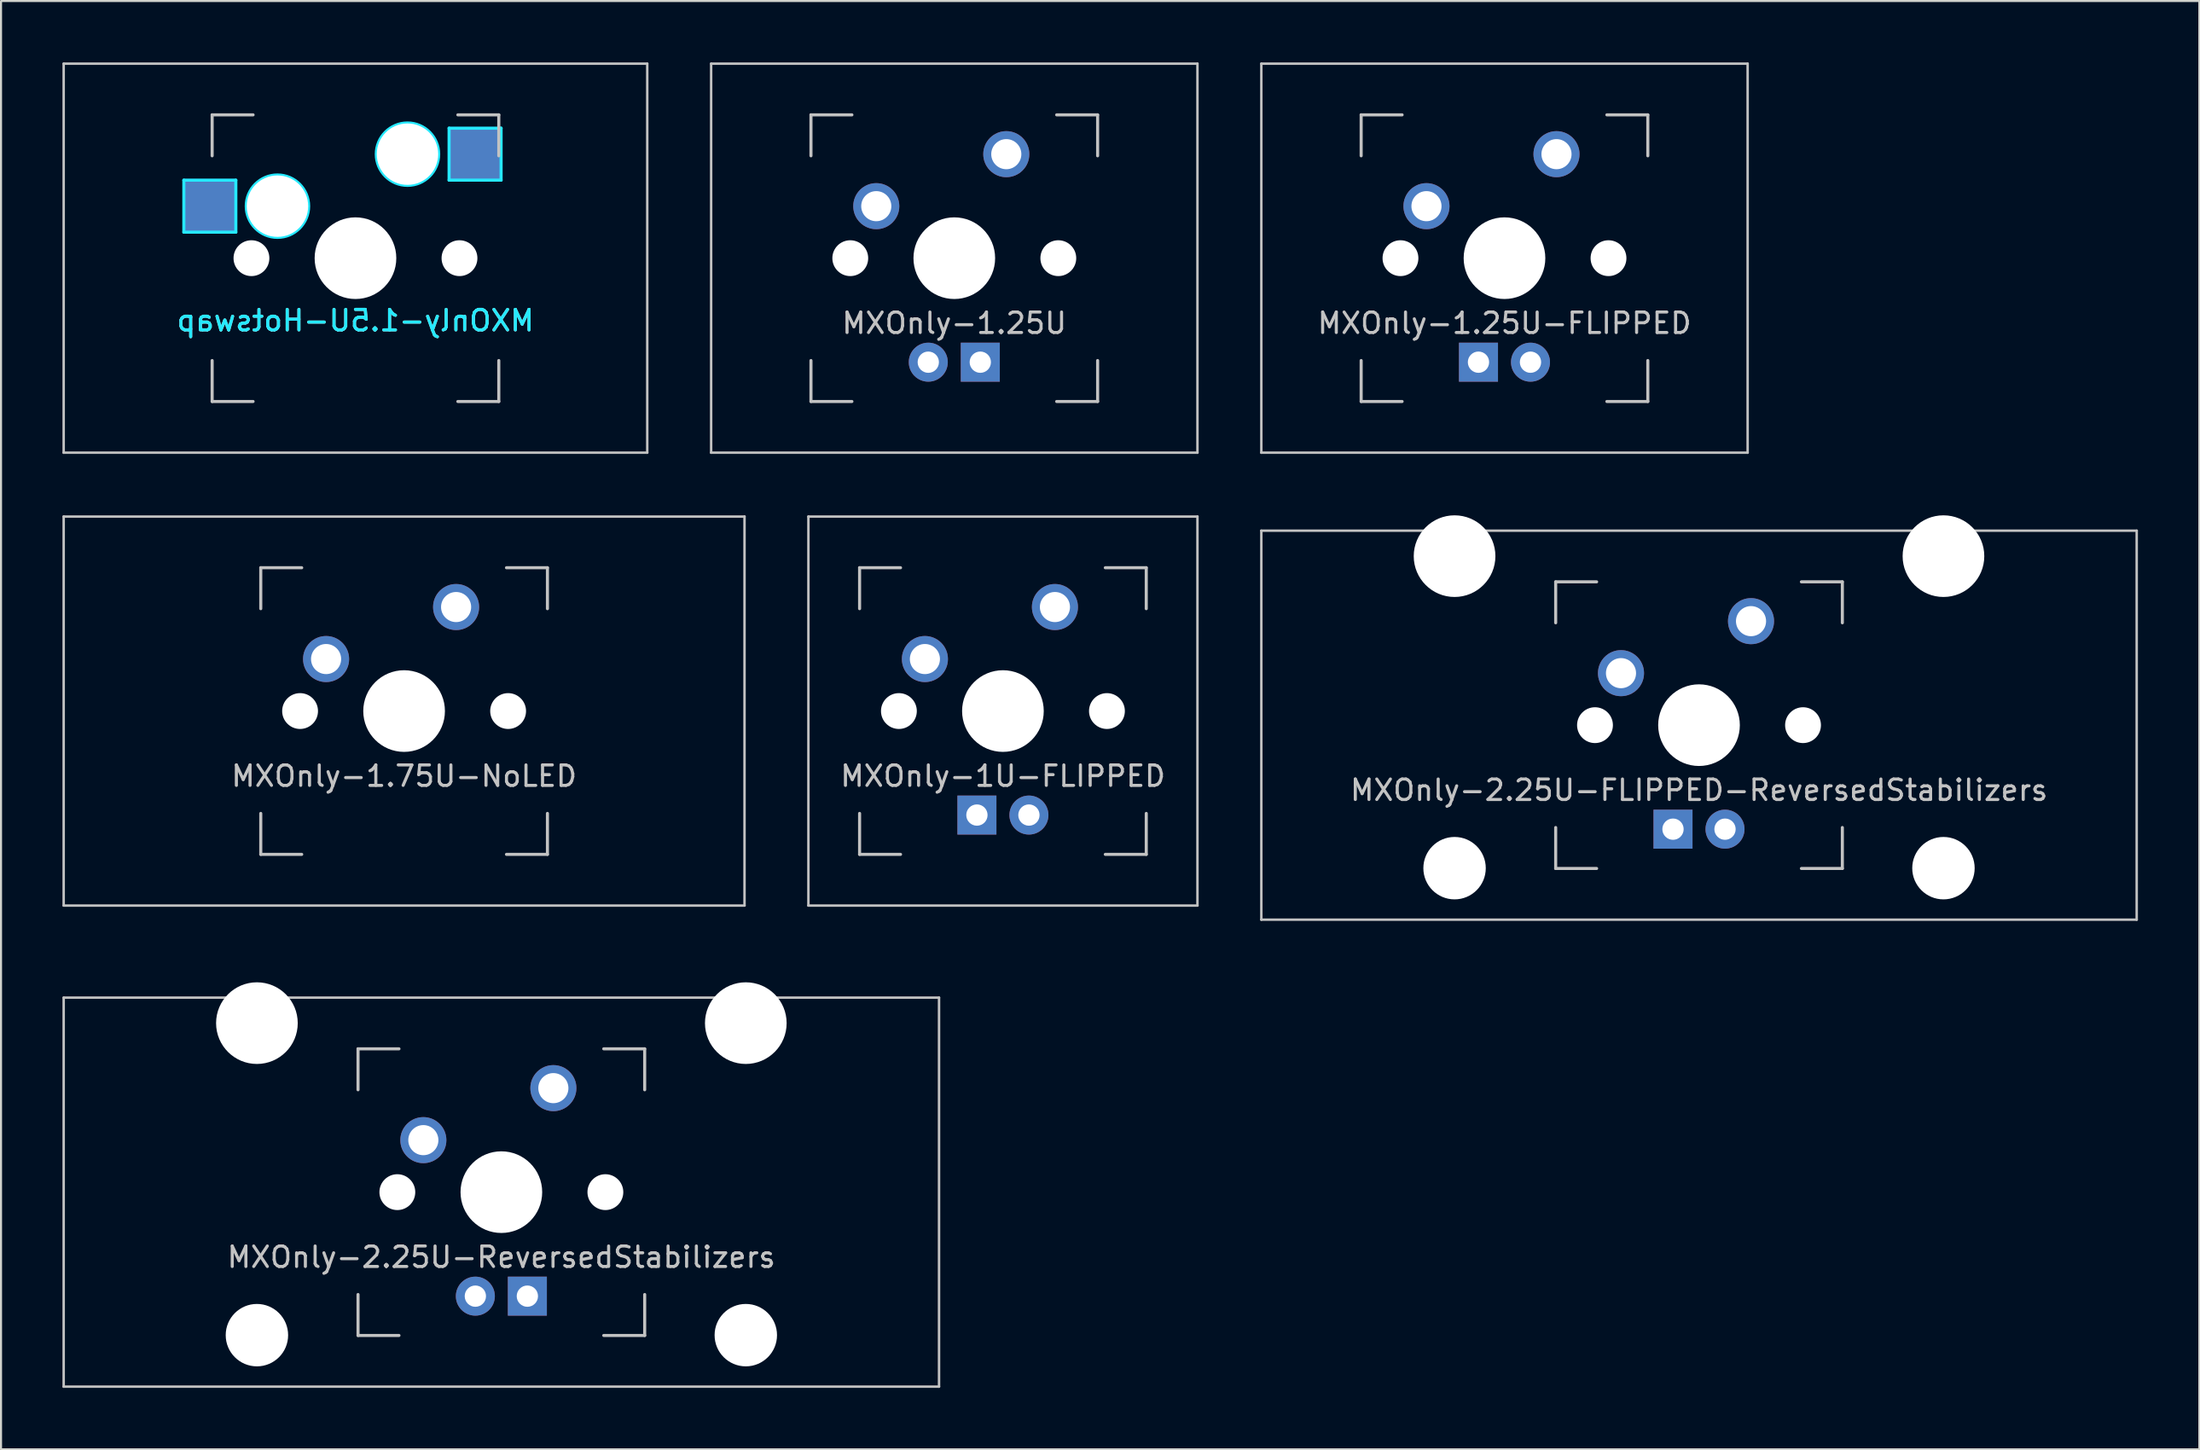
<source format=kicad_pcb>
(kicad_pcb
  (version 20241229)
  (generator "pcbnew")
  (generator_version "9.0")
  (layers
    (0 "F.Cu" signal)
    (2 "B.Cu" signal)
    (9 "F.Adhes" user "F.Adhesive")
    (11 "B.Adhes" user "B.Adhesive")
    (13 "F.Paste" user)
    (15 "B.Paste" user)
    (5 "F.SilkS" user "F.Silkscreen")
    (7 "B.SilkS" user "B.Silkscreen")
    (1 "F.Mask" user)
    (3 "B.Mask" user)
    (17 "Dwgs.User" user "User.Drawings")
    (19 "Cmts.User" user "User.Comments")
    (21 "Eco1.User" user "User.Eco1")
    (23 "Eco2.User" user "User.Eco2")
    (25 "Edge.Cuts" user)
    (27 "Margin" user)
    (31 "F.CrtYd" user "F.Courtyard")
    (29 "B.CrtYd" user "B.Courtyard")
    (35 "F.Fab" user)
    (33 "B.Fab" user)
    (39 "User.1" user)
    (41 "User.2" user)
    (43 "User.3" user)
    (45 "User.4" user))
  (footprint "MXOnly-1U-FLIPPED"
    (layer "F.Cu")
    (at 45.93 31.68)
    (property "Reference" "MXOnly-1U-FLIPPED" (at 0 3.175 0) (layer "Dwgs.User") (effects (font (size 1 1) (thickness 0.15))))
    (attr through_hole)
    (fp_line (start -9.5 -9.5) (end -9.5 9.5) (stroke (width 0.12) (type solid)) (layer "Dwgs.User"))
    (fp_line (start -9.5 9.5) (end 9.5 9.5) (stroke (width 0.12) (type solid)) (layer "Dwgs.User"))
    (fp_line (start -7 -7) (end -7 -5) (stroke (width 0.15) (type solid)) (layer "Dwgs.User"))
    (fp_line (start -7 5) (end -7 7) (stroke (width 0.15) (type solid)) (layer "Dwgs.User"))
    (fp_line (start -7 7) (end -5 7) (stroke (width 0.15) (type solid)) (layer "Dwgs.User"))
    (fp_line (start -5 -7) (end -7 -7) (stroke (width 0.15) (type solid)) (layer "Dwgs.User"))
    (fp_line (start 5 -7) (end 7 -7) (stroke (width 0.15) (type solid)) (layer "Dwgs.User"))
    (fp_line (start 5 7) (end 7 7) (stroke (width 0.15) (type solid)) (layer "Dwgs.User"))
    (fp_line (start 7 -7) (end 7 -5) (stroke (width 0.15) (type solid)) (layer "Dwgs.User"))
    (fp_line (start 7 7) (end 7 5) (stroke (width 0.15) (type solid)) (layer "Dwgs.User"))
    (fp_line (start 9.5 -9.5) (end -9.5 -9.5) (stroke (width 0.12) (type solid)) (layer "Dwgs.User"))
    (fp_line (start 9.5 9.5) (end 9.5 -9.5) (stroke (width 0.12) (type solid)) (layer "Dwgs.User"))
    (pad "" np_thru_hole circle (at -5.08 0 48.1) (size 1.75 1.75) (drill 1.75) (layers "*.Cu" "*.Mask"))
    (pad "" np_thru_hole circle (at 0 0) (size 3.988 3.988) (drill 3.988) (layers "*.Cu" "*.Mask"))
    (pad "" np_thru_hole circle (at 5.08 0 48.1) (size 1.75 1.75) (drill 1.75) (layers "*.Cu" "*.Mask"))
    (pad "1" thru_hole circle (at -3.81 -2.54) (size 2.25 2.25) (drill 1.47) (layers "*.Cu" "B.Mask"))
    (pad "2" thru_hole circle (at 2.54 -5.08) (size 2.25 2.25) (drill 1.47) (layers "*.Cu" "B.Mask"))
    (pad "3" thru_hole circle (at 1.27 5.08) (size 1.905 1.905) (drill 1.04) (layers "*.Cu" "B.Mask"))
    (pad "4" thru_hole rect (at -1.27 5.08) (size 1.905 1.905) (drill 1.04) (layers "*.Cu" "B.Mask")))
  (footprint "MXOnly-1.25U-FLIPPED"
    (layer "F.Cu")
    (at 70.425 9.56)
    (property "Reference" "MXOnly-1.25U-FLIPPED" (at 0 3.175 0) (layer "Dwgs.User") (effects (font (size 1 1) (thickness 0.15))))
    (attr through_hole)
    (fp_line (start -11.875 -9.5) (end -11.875 9.5) (stroke (width 0.12) (type solid)) (layer "Dwgs.User"))
    (fp_line (start -11.875 9.5) (end 11.875 9.5) (stroke (width 0.12) (type solid)) (layer "Dwgs.User"))
    (fp_line (start -7 -7) (end -7 -5) (stroke (width 0.15) (type solid)) (layer "Dwgs.User"))
    (fp_line (start -7 5) (end -7 7) (stroke (width 0.15) (type solid)) (layer "Dwgs.User"))
    (fp_line (start -7 7) (end -5 7) (stroke (width 0.15) (type solid)) (layer "Dwgs.User"))
    (fp_line (start -5 -7) (end -7 -7) (stroke (width 0.15) (type solid)) (layer "Dwgs.User"))
    (fp_line (start 5 -7) (end 7 -7) (stroke (width 0.15) (type solid)) (layer "Dwgs.User"))
    (fp_line (start 5 7) (end 7 7) (stroke (width 0.15) (type solid)) (layer "Dwgs.User"))
    (fp_line (start 7 -7) (end 7 -5) (stroke (width 0.15) (type solid)) (layer "Dwgs.User"))
    (fp_line (start 7 7) (end 7 5) (stroke (width 0.15) (type solid)) (layer "Dwgs.User"))
    (fp_line (start 11.875 -9.5) (end -11.875 -9.5) (stroke (width 0.12) (type solid)) (layer "Dwgs.User"))
    (fp_line (start 11.875 9.5) (end 11.875 -9.5) (stroke (width 0.12) (type solid)) (layer "Dwgs.User"))
    (pad "" np_thru_hole circle (at -5.08 0 48.1) (size 1.75 1.75) (drill 1.75) (layers "*.Cu" "*.Mask"))
    (pad "" np_thru_hole circle (at 0 0) (size 3.988 3.988) (drill 3.988) (layers "*.Cu" "*.Mask"))
    (pad "" np_thru_hole circle (at 5.08 0 48.1) (size 1.75 1.75) (drill 1.75) (layers "*.Cu" "*.Mask"))
    (pad "1" thru_hole circle (at -3.81 -2.54) (size 2.25 2.25) (drill 1.47) (layers "*.Cu" "B.Mask"))
    (pad "2" thru_hole circle (at 2.54 -5.08) (size 2.25 2.25) (drill 1.47) (layers "*.Cu" "B.Mask"))
    (pad "3" thru_hole circle (at 1.27 5.08) (size 1.905 1.905) (drill 1.04) (layers "*.Cu" "B.Mask"))
    (pad "4" thru_hole rect (at -1.27 5.08) (size 1.905 1.905) (drill 1.04) (layers "*.Cu" "B.Mask")))
  (footprint "MXOnly-2.25U-FLIPPED-ReversedStabilizers"
    (layer "F.Cu")
    (at 79.925 32.369)
    (property "Reference" "MXOnly-2.25U-FLIPPED-ReversedStabilizers" (at 0 3.175 0) (layer "Dwgs.User") (effects (font (size 1 1) (thickness 0.15))))
    (attr through_hole)
    (fp_line (start -21.375 -9.5) (end -21.375 9.5) (stroke (width 0.12) (type solid)) (layer "Dwgs.User"))
    (fp_line (start -21.375 9.5) (end 21.375 9.5) (stroke (width 0.12) (type solid)) (layer "Dwgs.User"))
    (fp_line (start -7 -7) (end -7 -5) (stroke (width 0.15) (type solid)) (layer "Dwgs.User"))
    (fp_line (start -7 5) (end -7 7) (stroke (width 0.15) (type solid)) (layer "Dwgs.User"))
    (fp_line (start -7 7) (end -5 7) (stroke (width 0.15) (type solid)) (layer "Dwgs.User"))
    (fp_line (start -5 -7) (end -7 -7) (stroke (width 0.15) (type solid)) (layer "Dwgs.User"))
    (fp_line (start 5 -7) (end 7 -7) (stroke (width 0.15) (type solid)) (layer "Dwgs.User"))
    (fp_line (start 5 7) (end 7 7) (stroke (width 0.15) (type solid)) (layer "Dwgs.User"))
    (fp_line (start 7 -7) (end 7 -5) (stroke (width 0.15) (type solid)) (layer "Dwgs.User"))
    (fp_line (start 7 7) (end 7 5) (stroke (width 0.15) (type solid)) (layer "Dwgs.User"))
    (fp_line (start 21.375 -9.5) (end -21.375 -9.5) (stroke (width 0.12) (type solid)) (layer "Dwgs.User"))
    (fp_line (start 21.375 9.5) (end 21.375 -9.5) (stroke (width 0.12) (type solid)) (layer "Dwgs.User"))
    (pad "" np_thru_hole circle (at -11.938 -8.255) (size 3.988 3.988) (drill 3.988) (layers "*.Cu" "*.Mask"))
    (pad "" np_thru_hole circle (at -11.938 6.985) (size 3.048 3.048) (drill 3.048) (layers "*.Cu" "*.Mask"))
    (pad "" np_thru_hole circle (at -5.08 0 48.1) (size 1.75 1.75) (drill 1.75) (layers "*.Cu" "*.Mask"))
    (pad "" np_thru_hole circle (at 0 0) (size 3.988 3.988) (drill 3.988) (layers "*.Cu" "*.Mask"))
    (pad "" np_thru_hole circle (at 5.08 0 48.1) (size 1.75 1.75) (drill 1.75) (layers "*.Cu" "*.Mask"))
    (pad "" np_thru_hole circle (at 11.938 -8.255) (size 3.988 3.988) (drill 3.988) (layers "*.Cu" "*.Mask"))
    (pad "" np_thru_hole circle (at 11.938 6.985) (size 3.048 3.048) (drill 3.048) (layers "*.Cu" "*.Mask"))
    (pad "1" thru_hole circle (at -3.81 -2.54) (size 2.25 2.25) (drill 1.47) (layers "*.Cu" "B.Mask"))
    (pad "2" thru_hole circle (at 2.54 -5.08) (size 2.25 2.25) (drill 1.47) (layers "*.Cu" "B.Mask"))
    (pad "3" thru_hole circle (at 1.27 5.08) (size 1.905 1.905) (drill 1.04) (layers "*.Cu" "B.Mask"))
    (pad "4" thru_hole rect (at -1.27 5.08) (size 1.905 1.905) (drill 1.04) (layers "*.Cu" "B.Mask")))
  (footprint "MXOnly-2.25U-ReversedStabilizers"
    (layer "F.Cu")
    (at 21.435 55.178)
    (property "Reference" "MXOnly-2.25U-ReversedStabilizers" (at 0 3.175 0) (layer "Dwgs.User") (effects (font (size 1 1) (thickness 0.15))))
    (attr through_hole)
    (fp_line (start -21.375 -9.5) (end -21.375 9.5) (stroke (width 0.12) (type solid)) (layer "Dwgs.User"))
    (fp_line (start -21.375 9.5) (end 21.375 9.5) (stroke (width 0.12) (type solid)) (layer "Dwgs.User"))
    (fp_line (start -7 -7) (end -7 -5) (stroke (width 0.15) (type solid)) (layer "Dwgs.User"))
    (fp_line (start -7 5) (end -7 7) (stroke (width 0.15) (type solid)) (layer "Dwgs.User"))
    (fp_line (start -7 7) (end -5 7) (stroke (width 0.15) (type solid)) (layer "Dwgs.User"))
    (fp_line (start -5 -7) (end -7 -7) (stroke (width 0.15) (type solid)) (layer "Dwgs.User"))
    (fp_line (start 5 -7) (end 7 -7) (stroke (width 0.15) (type solid)) (layer "Dwgs.User"))
    (fp_line (start 5 7) (end 7 7) (stroke (width 0.15) (type solid)) (layer "Dwgs.User"))
    (fp_line (start 7 -7) (end 7 -5) (stroke (width 0.15) (type solid)) (layer "Dwgs.User"))
    (fp_line (start 7 7) (end 7 5) (stroke (width 0.15) (type solid)) (layer "Dwgs.User"))
    (fp_line (start 21.375 -9.5) (end -21.375 -9.5) (stroke (width 0.12) (type solid)) (layer "Dwgs.User"))
    (fp_line (start 21.375 9.5) (end 21.375 -9.5) (stroke (width 0.12) (type solid)) (layer "Dwgs.User"))
    (pad "" np_thru_hole circle (at -11.938 -8.255) (size 3.988 3.988) (drill 3.988) (layers "*.Cu" "*.Mask"))
    (pad "" np_thru_hole circle (at -11.938 6.985) (size 3.048 3.048) (drill 3.048) (layers "*.Cu" "*.Mask"))
    (pad "" np_thru_hole circle (at -5.08 0 48.1) (size 1.75 1.75) (drill 1.75) (layers "*.Cu" "*.Mask"))
    (pad "" np_thru_hole circle (at 0 0) (size 3.988 3.988) (drill 3.988) (layers "*.Cu" "*.Mask"))
    (pad "" np_thru_hole circle (at 5.08 0 48.1) (size 1.75 1.75) (drill 1.75) (layers "*.Cu" "*.Mask"))
    (pad "" np_thru_hole circle (at 11.938 -8.255) (size 3.988 3.988) (drill 3.988) (layers "*.Cu" "*.Mask"))
    (pad "" np_thru_hole circle (at 11.938 6.985) (size 3.048 3.048) (drill 3.048) (layers "*.Cu" "*.Mask"))
    (pad "1" thru_hole circle (at -3.81 -2.54) (size 2.25 2.25) (drill 1.47) (layers "*.Cu" "B.Mask"))
    (pad "2" thru_hole circle (at 2.54 -5.08) (size 2.25 2.25) (drill 1.47) (layers "*.Cu" "B.Mask"))
    (pad "3" thru_hole circle (at -1.27 5.08) (size 1.905 1.905) (drill 1.04) (layers "*.Cu" "B.Mask"))
    (pad "4" thru_hole rect (at 1.27 5.08) (size 1.905 1.905) (drill 1.04) (layers "*.Cu" "B.Mask")))
  (footprint "MXOnly-1.5U-Hotswap"
    (layer "F.Cu")
    (at 14.31 9.56)
    (property "Reference" "MXOnly-1.5U-Hotswap" (at 0 3.048 0) (layer "B.CrtYd") (effects (font (size 1 1) (thickness 0.15)) (justify mirror)))
    (attr smd)
    (fp_line (start -14.25 -9.5) (end -14.25 9.5) (stroke (width 0.12) (type solid)) (layer "Dwgs.User"))
    (fp_line (start -14.25 9.5) (end 14.25 9.5) (stroke (width 0.12) (type solid)) (layer "Dwgs.User"))
    (fp_line (start -7 -7) (end -7 -5) (stroke (width 0.15) (type solid)) (layer "Dwgs.User"))
    (fp_line (start -7 5) (end -7 7) (stroke (width 0.15) (type solid)) (layer "Dwgs.User"))
    (fp_line (start -7 7) (end -5 7) (stroke (width 0.15) (type solid)) (layer "Dwgs.User"))
    (fp_line (start -5 -7) (end -7 -7) (stroke (width 0.15) (type solid)) (layer "Dwgs.User"))
    (fp_line (start 5 -7) (end 7 -7) (stroke (width 0.15) (type solid)) (layer "Dwgs.User"))
    (fp_line (start 5 7) (end 7 7) (stroke (width 0.15) (type solid)) (layer "Dwgs.User"))
    (fp_line (start 7 -7) (end 7 -5) (stroke (width 0.15) (type solid)) (layer "Dwgs.User"))
    (fp_line (start 7 7) (end 7 5) (stroke (width 0.15) (type solid)) (layer "Dwgs.User"))
    (fp_line (start 14.25 -9.5) (end -14.25 -9.5) (stroke (width 0.12) (type solid)) (layer "Dwgs.User"))
    (fp_line (start 14.25 9.5) (end 14.25 -9.5) (stroke (width 0.12) (type solid)) (layer "Dwgs.User"))
    (fp_line (start -8.382 -3.81) (end -5.842 -3.81) (stroke (width 0.15) (type solid)) (layer "B.CrtYd"))
    (fp_line (start -8.382 -1.27) (end -8.382 -3.81) (stroke (width 0.15) (type solid)) (layer "B.CrtYd"))
    (fp_line (start -5.842 -3.81) (end -5.842 -1.27) (stroke (width 0.15) (type solid)) (layer "B.CrtYd"))
    (fp_line (start -5.842 -1.27) (end -8.382 -1.27) (stroke (width 0.15) (type solid)) (layer "B.CrtYd"))
    (fp_line (start 4.572 -6.35) (end 7.112 -6.35) (stroke (width 0.15) (type solid)) (layer "B.CrtYd"))
    (fp_line (start 4.572 -3.81) (end 4.572 -6.35) (stroke (width 0.15) (type solid)) (layer "B.CrtYd"))
    (fp_line (start 7.112 -6.35) (end 7.112 -3.81) (stroke (width 0.15) (type solid)) (layer "B.CrtYd"))
    (fp_line (start 7.112 -3.81) (end 4.572 -3.81) (stroke (width 0.15) (type solid)) (layer "B.CrtYd"))
    (fp_circle (center -3.81 -2.54) (end -3.81 -4.064) (stroke (width 0.15) (type solid)) (fill no) (layer "B.CrtYd"))
    (fp_circle (center 2.54 -5.08) (end 2.54 -6.604) (stroke (width 0.15) (type solid)) (fill no) (layer "B.CrtYd"))
    (fp_text user "${REFERENCE}" (at 0 3.048 0) (layer "B.SilkS") (effects (font (size 1 1) (thickness 0.15)) (justify mirror)))
    (pad "" np_thru_hole circle (at -5.08 0 48.1) (size 1.75 1.75) (drill 1.75) (layers "*.Cu" "*.Mask"))
    (pad "" np_thru_hole circle (at -3.81 -2.54) (size 3 3) (drill 3) (layers "*.Cu" "*.Mask"))
    (pad "" np_thru_hole circle (at 0 0) (size 3.988 3.988) (drill 3.988) (layers "*.Cu" "*.Mask"))
    (pad "" np_thru_hole circle (at 2.54 -5.08) (size 3 3) (drill 3) (layers "*.Cu" "*.Mask"))
    (pad "" np_thru_hole circle (at 5.08 0 48.1) (size 1.75 1.75) (drill 1.75) (layers "*.Cu" "*.Mask"))
    (pad "1" smd rect (at -7.085 -2.54) (size 2.55 2.5) (layers "B.Cu" "B.Mask" "B.Paste"))
    (pad "2" smd rect (at 5.842 -5.08) (size 2.55 2.5) (layers "B.Cu" "B.Mask" "B.Paste")))
  (footprint "MXOnly-1.25U"
    (layer "F.Cu")
    (at 43.555 9.56)
    (property "Reference" "MXOnly-1.25U" (at 0 3.175 0) (layer "Dwgs.User") (effects (font (size 1 1) (thickness 0.15))))
    (attr through_hole)
    (fp_line (start -11.875 -9.5) (end -11.875 9.5) (stroke (width 0.12) (type solid)) (layer "Dwgs.User"))
    (fp_line (start -11.875 9.5) (end 11.875 9.5) (stroke (width 0.12) (type solid)) (layer "Dwgs.User"))
    (fp_line (start -7 -7) (end -7 -5) (stroke (width 0.15) (type solid)) (layer "Dwgs.User"))
    (fp_line (start -7 5) (end -7 7) (stroke (width 0.15) (type solid)) (layer "Dwgs.User"))
    (fp_line (start -7 7) (end -5 7) (stroke (width 0.15) (type solid)) (layer "Dwgs.User"))
    (fp_line (start -5 -7) (end -7 -7) (stroke (width 0.15) (type solid)) (layer "Dwgs.User"))
    (fp_line (start 5 -7) (end 7 -7) (stroke (width 0.15) (type solid)) (layer "Dwgs.User"))
    (fp_line (start 5 7) (end 7 7) (stroke (width 0.15) (type solid)) (layer "Dwgs.User"))
    (fp_line (start 7 -7) (end 7 -5) (stroke (width 0.15) (type solid)) (layer "Dwgs.User"))
    (fp_line (start 7 7) (end 7 5) (stroke (width 0.15) (type solid)) (layer "Dwgs.User"))
    (fp_line (start 11.875 -9.5) (end -11.875 -9.5) (stroke (width 0.12) (type solid)) (layer "Dwgs.User"))
    (fp_line (start 11.875 9.5) (end 11.875 -9.5) (stroke (width 0.12) (type solid)) (layer "Dwgs.User"))
    (pad "" np_thru_hole circle (at -5.08 0 48.1) (size 1.75 1.75) (drill 1.75) (layers "*.Cu" "*.Mask"))
    (pad "" np_thru_hole circle (at 0 0) (size 3.988 3.988) (drill 3.988) (layers "*.Cu" "*.Mask"))
    (pad "" np_thru_hole circle (at 5.08 0 48.1) (size 1.75 1.75) (drill 1.75) (layers "*.Cu" "*.Mask"))
    (pad "1" thru_hole circle (at -3.81 -2.54) (size 2.25 2.25) (drill 1.47) (layers "*.Cu" "B.Mask"))
    (pad "2" thru_hole circle (at 2.54 -5.08) (size 2.25 2.25) (drill 1.47) (layers "*.Cu" "B.Mask"))
    (pad "3" thru_hole circle (at -1.27 5.08) (size 1.905 1.905) (drill 1.04) (layers "*.Cu" "B.Mask"))
    (pad "4" thru_hole rect (at 1.27 5.08) (size 1.905 1.905) (drill 1.04) (layers "*.Cu" "B.Mask")))
  (footprint "MXOnly-1.75U-NoLED"
    (layer "F.Cu")
    (at 16.685 31.68)
    (property "Reference" "MXOnly-1.75U-NoLED" (at 0 3.175 0) (layer "Dwgs.User") (effects (font (size 1 1) (thickness 0.15))))
    (attr through_hole)
    (fp_line (start -16.625 -9.5) (end -16.625 9.5) (stroke (width 0.12) (type solid)) (layer "Dwgs.User"))
    (fp_line (start -16.625 9.5) (end 16.625 9.5) (stroke (width 0.12) (type solid)) (layer "Dwgs.User"))
    (fp_line (start -7 -7) (end -7 -5) (stroke (width 0.15) (type solid)) (layer "Dwgs.User"))
    (fp_line (start -7 5) (end -7 7) (stroke (width 0.15) (type solid)) (layer "Dwgs.User"))
    (fp_line (start -7 7) (end -5 7) (stroke (width 0.15) (type solid)) (layer "Dwgs.User"))
    (fp_line (start -5 -7) (end -7 -7) (stroke (width 0.15) (type solid)) (layer "Dwgs.User"))
    (fp_line (start 5 -7) (end 7 -7) (stroke (width 0.15) (type solid)) (layer "Dwgs.User"))
    (fp_line (start 5 7) (end 7 7) (stroke (width 0.15) (type solid)) (layer "Dwgs.User"))
    (fp_line (start 7 -7) (end 7 -5) (stroke (width 0.15) (type solid)) (layer "Dwgs.User"))
    (fp_line (start 7 7) (end 7 5) (stroke (width 0.15) (type solid)) (layer "Dwgs.User"))
    (fp_line (start 16.625 -9.5) (end -16.625 -9.5) (stroke (width 0.12) (type solid)) (layer "Dwgs.User"))
    (fp_line (start 16.625 9.5) (end 16.625 -9.5) (stroke (width 0.12) (type solid)) (layer "Dwgs.User"))
    (pad "" np_thru_hole circle (at -5.08 0 48.1) (size 1.75 1.75) (drill 1.75) (layers "*.Cu" "*.Mask"))
    (pad "" np_thru_hole circle (at 0 0) (size 3.988 3.988) (drill 3.988) (layers "*.Cu" "*.Mask"))
    (pad "" np_thru_hole circle (at 5.08 0 48.1) (size 1.75 1.75) (drill 1.75) (layers "*.Cu" "*.Mask"))
    (pad "1" thru_hole circle (at -3.81 -2.54) (size 2.25 2.25) (drill 1.47) (layers "*.Cu" "B.Mask"))
    (pad "2" thru_hole circle (at 2.54 -5.08) (size 2.25 2.25) (drill 1.47) (layers "*.Cu" "B.Mask")))
  (gr_rect
    (start -3 -3)
    (end 104.36 67.738)
    (stroke (width 0.1) (type default))
    (fill no)
    (layer "Edge.Cuts")))
</source>
